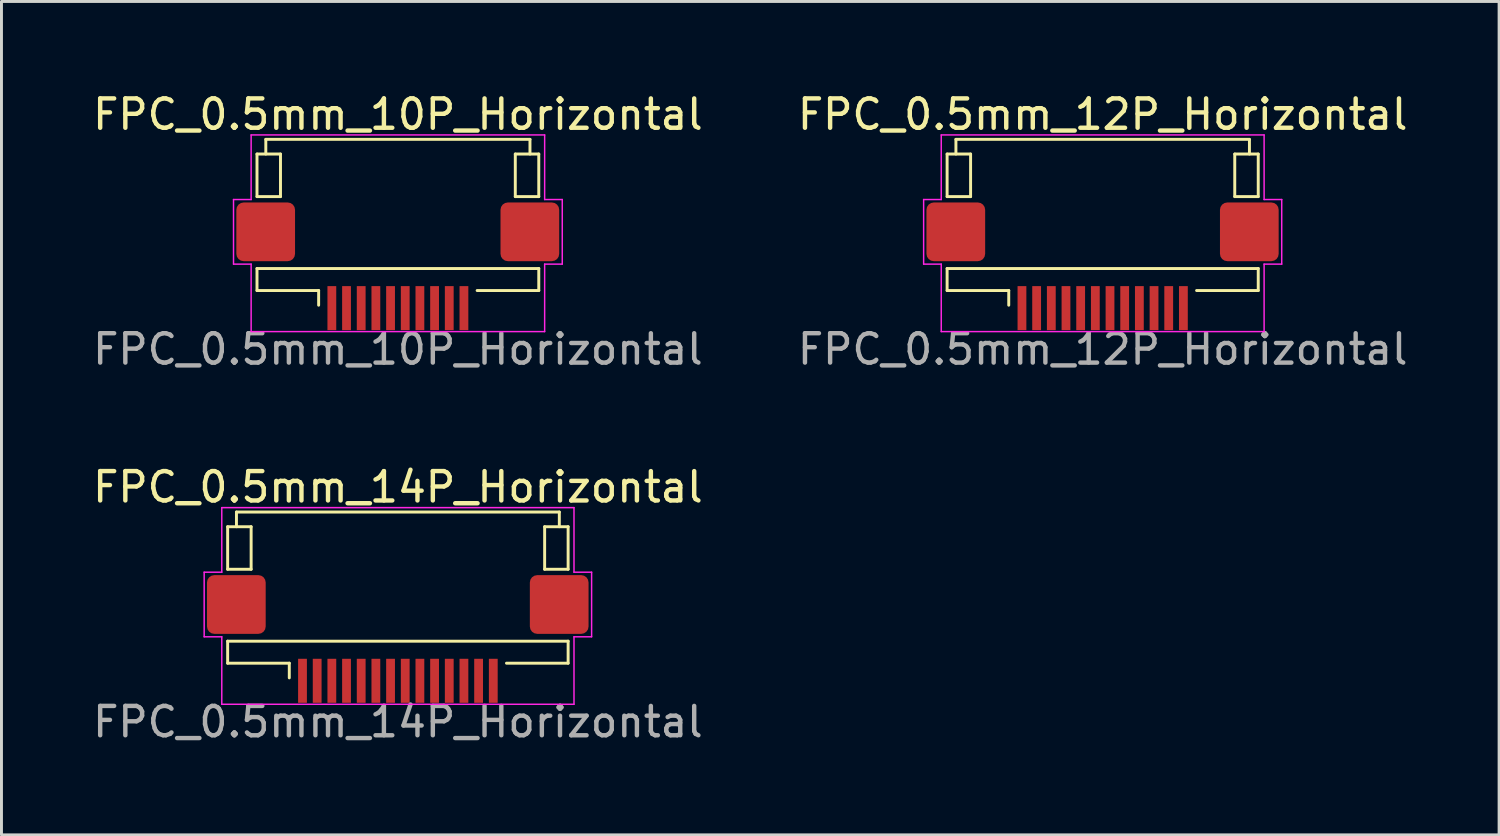
<source format=kicad_pcb>
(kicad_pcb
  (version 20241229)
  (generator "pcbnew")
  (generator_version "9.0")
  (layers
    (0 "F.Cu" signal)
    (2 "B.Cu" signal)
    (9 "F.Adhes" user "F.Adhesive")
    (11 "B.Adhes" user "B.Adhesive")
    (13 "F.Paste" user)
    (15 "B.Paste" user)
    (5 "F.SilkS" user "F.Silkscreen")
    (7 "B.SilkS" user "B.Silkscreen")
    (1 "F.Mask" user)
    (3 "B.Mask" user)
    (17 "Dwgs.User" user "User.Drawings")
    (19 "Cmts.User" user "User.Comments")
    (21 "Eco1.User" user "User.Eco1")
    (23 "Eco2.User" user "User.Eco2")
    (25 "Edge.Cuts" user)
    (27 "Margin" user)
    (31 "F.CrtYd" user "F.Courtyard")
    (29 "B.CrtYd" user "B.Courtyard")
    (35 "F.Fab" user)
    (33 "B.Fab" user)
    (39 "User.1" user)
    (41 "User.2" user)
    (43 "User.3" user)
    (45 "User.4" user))
  (footprint "FPC_0.5mm_10P_Horizontal"
    (layer "F.Cu")
    (at 10.506 6.848)
    (property "Reference" "FPC_0.5mm_10P_Horizontal" (at 0 -6 0) (layer "F.SilkS") (effects (font (size 1 1) (thickness 0.15))))
    (attr smd)
    (fp_line (start -4.8 -4.65) (end -4 -4.65) (stroke (width 0.1) (type default)) (layer "F.SilkS"))
    (fp_line (start -4.8 -3.2) (end -4.8 -4.65) (stroke (width 0.1) (type solid)) (layer "F.SilkS"))
    (fp_line (start -4.8 -3.2) (end -4 -3.2) (stroke (width 0.1) (type default)) (layer "F.SilkS"))
    (fp_line (start -4.8 -0.75) (end 4.8 -0.75) (stroke (width 0.1) (type default)) (layer "F.SilkS"))
    (fp_line (start -4.8 0) (end -4.8 -0.75) (stroke (width 0.1) (type solid)) (layer "F.SilkS"))
    (fp_line (start -4.5 -5.15) (end -4.5 -4.65) (stroke (width 0.1) (type default)) (layer "F.SilkS"))
    (fp_line (start -4 -4.65) (end -4 -3.2) (stroke (width 0.1) (type default)) (layer "F.SilkS"))
    (fp_line (start -2.7 0) (end -4.8 0) (stroke (width 0.1) (type solid)) (layer "F.SilkS"))
    (fp_line (start -2.7 0) (end -2.7 0.5) (stroke (width 0.1) (type solid)) (layer "F.SilkS"))
    (fp_line (start 2.7 0) (end 4.8 0.000003) (stroke (width 0.1) (type solid)) (layer "F.SilkS"))
    (fp_line (start 4 -4.65) (end 4.8 -4.65) (stroke (width 0.1) (type default)) (layer "F.SilkS"))
    (fp_line (start 4 -3.2) (end 4 -4.65) (stroke (width 0.1) (type default)) (layer "F.SilkS"))
    (fp_line (start 4 -3.2) (end 4.8 -3.2) (stroke (width 0.1) (type default)) (layer "F.SilkS"))
    (fp_line (start 4.5 -5.15) (end -4.5 -5.15) (stroke (width 0.1) (type solid)) (layer "F.SilkS"))
    (fp_line (start 4.5 -5.15) (end 4.5 -4.65) (stroke (width 0.1) (type default)) (layer "F.SilkS"))
    (fp_line (start 4.8 -3.2) (end 4.8 -4.65) (stroke (width 0.1) (type solid)) (layer "F.SilkS"))
    (fp_line (start 4.8 0.000003) (end 4.8 -0.75) (stroke (width 0.1) (type solid)) (layer "F.SilkS"))
    (fp_line (start -5.6 -3.1) (end -5.6 -0.9) (stroke (width 0.05) (type default)) (layer "F.CrtYd"))
    (fp_line (start -5.6 -0.9) (end -5 -0.9) (stroke (width 0.05) (type default)) (layer "F.CrtYd"))
    (fp_line (start -5 -5.3) (end -5 -3.1) (stroke (width 0.05) (type default)) (layer "F.CrtYd"))
    (fp_line (start -5 -3.1) (end -5.6 -3.1) (stroke (width 0.05) (type default)) (layer "F.CrtYd"))
    (fp_line (start -5 -0.9) (end -5 1.4) (stroke (width 0.05) (type default)) (layer "F.CrtYd"))
    (fp_line (start -5 1.4) (end 5 1.4) (stroke (width 0.05) (type solid)) (layer "F.CrtYd"))
    (fp_line (start 5 -5.3) (end -5 -5.3) (stroke (width 0.05) (type solid)) (layer "F.CrtYd"))
    (fp_line (start 5 -5.3) (end 5 -3.1) (stroke (width 0.05) (type default)) (layer "F.CrtYd"))
    (fp_line (start 5 -3.1) (end 5.6 -3.1) (stroke (width 0.05) (type default)) (layer "F.CrtYd"))
    (fp_line (start 5 -0.9) (end 5 1.4) (stroke (width 0.05) (type default)) (layer "F.CrtYd"))
    (fp_line (start 5.6 -3.1) (end 5.6 -0.9) (stroke (width 0.05) (type default)) (layer "F.CrtYd"))
    (fp_line (start 5.6 -0.9) (end 5 -0.9) (stroke (width 0.05) (type default)) (layer "F.CrtYd"))
    (fp_text user "${REFERENCE}" (at 0 2 180) (layer "F.Fab") (effects (font (size 1 1) (thickness 0.15))))
    (pad "1" smd rect (at -2.25 0.6 180) (size 0.3 1.5) (layers "F.Cu" "F.Mask" "F.Paste"))
    (pad "2" smd rect (at -1.75 0.6 180) (size 0.3 1.5) (layers "F.Cu" "F.Mask" "F.Paste"))
    (pad "3" smd rect (at -1.25 0.6 180) (size 0.3 1.5) (layers "F.Cu" "F.Mask" "F.Paste"))
    (pad "4" smd rect (at -0.75 0.6 180) (size 0.3 1.5) (layers "F.Cu" "F.Mask" "F.Paste"))
    (pad "5" smd rect (at -0.25 0.6 180) (size 0.3 1.5) (layers "F.Cu" "F.Mask" "F.Paste"))
    (pad "6" smd rect (at 0.25 0.6 180) (size 0.3 1.5) (layers "F.Cu" "F.Mask" "F.Paste"))
    (pad "7" smd rect (at 0.75 0.6 180) (size 0.3 1.5) (layers "F.Cu" "F.Mask" "F.Paste"))
    (pad "8" smd rect (at 1.25 0.6 180) (size 0.3 1.5) (layers "F.Cu" "F.Mask" "F.Paste"))
    (pad "9" smd rect (at 1.75 0.6 180) (size 0.3 1.5) (layers "F.Cu" "F.Mask" "F.Paste"))
    (pad "10" smd rect (at 2.25 0.6 180) (size 0.3 1.5) (layers "F.Cu" "F.Mask" "F.Paste"))
    (pad "MP" smd roundrect (at -4.504 -2 270) (size 2 2) (layers "F.Cu" "F.Mask" "F.Paste") (roundrect_rratio 0.125))
    (pad "MP" smd roundrect (at 4.496 -2 180) (size 2 2) (layers "F.Cu" "F.Mask" "F.Paste") (roundrect_rratio 0.125)))
  (footprint "FPC_0.5mm_12P_Horizontal"
    (layer "F.Cu")
    (at 34.518 6.848)
    (property "Reference" "FPC_0.5mm_12P_Horizontal" (at 0 -6 0) (layer "F.SilkS") (effects (font (size 1 1) (thickness 0.15))))
    (attr smd)
    (fp_line (start -5.3 -4.65) (end -4.5 -4.65) (stroke (width 0.1) (type default)) (layer "F.SilkS"))
    (fp_line (start -5.3 -3.2) (end -5.3 -4.65) (stroke (width 0.1) (type solid)) (layer "F.SilkS"))
    (fp_line (start -5.3 -3.2) (end -4.5 -3.2) (stroke (width 0.1) (type default)) (layer "F.SilkS"))
    (fp_line (start -5.3 -0.75) (end 5.3 -0.75) (stroke (width 0.1) (type default)) (layer "F.SilkS"))
    (fp_line (start -5.3 0) (end -5.3 -0.75) (stroke (width 0.1) (type solid)) (layer "F.SilkS"))
    (fp_line (start -5 -5.15) (end -5 -4.65) (stroke (width 0.1) (type default)) (layer "F.SilkS"))
    (fp_line (start -4.5 -4.65) (end -4.5 -3.2) (stroke (width 0.1) (type default)) (layer "F.SilkS"))
    (fp_line (start -3.2 0) (end -5.3 0) (stroke (width 0.1) (type solid)) (layer "F.SilkS"))
    (fp_line (start -3.2 0) (end -3.2 0.5) (stroke (width 0.1) (type solid)) (layer "F.SilkS"))
    (fp_line (start 3.2 0) (end 5.3 0.000003) (stroke (width 0.1) (type solid)) (layer "F.SilkS"))
    (fp_line (start 4.5 -4.65) (end 5.3 -4.65) (stroke (width 0.1) (type default)) (layer "F.SilkS"))
    (fp_line (start 4.5 -3.2) (end 4.5 -4.65) (stroke (width 0.1) (type default)) (layer "F.SilkS"))
    (fp_line (start 4.5 -3.2) (end 5.3 -3.2) (stroke (width 0.1) (type default)) (layer "F.SilkS"))
    (fp_line (start 5 -5.15) (end -5 -5.15) (stroke (width 0.1) (type solid)) (layer "F.SilkS"))
    (fp_line (start 5 -5.15) (end 5 -4.65) (stroke (width 0.1) (type default)) (layer "F.SilkS"))
    (fp_line (start 5.3 -3.2) (end 5.3 -4.65) (stroke (width 0.1) (type solid)) (layer "F.SilkS"))
    (fp_line (start 5.3 0.000003) (end 5.3 -0.75) (stroke (width 0.1) (type solid)) (layer "F.SilkS"))
    (fp_line (start -6.1 -3.1) (end -6.1 -0.9) (stroke (width 0.05) (type default)) (layer "F.CrtYd"))
    (fp_line (start -6.1 -0.9) (end -5.5 -0.9) (stroke (width 0.05) (type default)) (layer "F.CrtYd"))
    (fp_line (start -5.5 -5.3) (end -5.5 -3.1) (stroke (width 0.05) (type default)) (layer "F.CrtYd"))
    (fp_line (start -5.5 -3.1) (end -6.1 -3.1) (stroke (width 0.05) (type default)) (layer "F.CrtYd"))
    (fp_line (start -5.5 -0.9) (end -5.5 1.4) (stroke (width 0.05) (type default)) (layer "F.CrtYd"))
    (fp_line (start -5.5 1.4) (end 5.5 1.4) (stroke (width 0.05) (type solid)) (layer "F.CrtYd"))
    (fp_line (start 5.5 -5.3) (end -5.5 -5.3) (stroke (width 0.05) (type solid)) (layer "F.CrtYd"))
    (fp_line (start 5.5 -5.3) (end 5.5 -3.1) (stroke (width 0.05) (type default)) (layer "F.CrtYd"))
    (fp_line (start 5.5 -3.1) (end 6.1 -3.1) (stroke (width 0.05) (type default)) (layer "F.CrtYd"))
    (fp_line (start 5.5 -0.9) (end 5.5 1.4) (stroke (width 0.05) (type default)) (layer "F.CrtYd"))
    (fp_line (start 6.1 -3.1) (end 6.1 -0.9) (stroke (width 0.05) (type default)) (layer "F.CrtYd"))
    (fp_line (start 6.1 -0.9) (end 5.5 -0.9) (stroke (width 0.05) (type default)) (layer "F.CrtYd"))
    (fp_text user "${REFERENCE}" (at 0 2 180) (layer "F.Fab") (effects (font (size 1 1) (thickness 0.15))))
    (pad "1" smd rect (at -2.75 0.6 180) (size 0.3 1.5) (layers "F.Cu" "F.Mask" "F.Paste"))
    (pad "2" smd rect (at -2.25 0.6 180) (size 0.3 1.5) (layers "F.Cu" "F.Mask" "F.Paste"))
    (pad "3" smd rect (at -1.75 0.6 180) (size 0.3 1.5) (layers "F.Cu" "F.Mask" "F.Paste"))
    (pad "4" smd rect (at -1.25 0.6 180) (size 0.3 1.5) (layers "F.Cu" "F.Mask" "F.Paste"))
    (pad "5" smd rect (at -0.75 0.6 180) (size 0.3 1.5) (layers "F.Cu" "F.Mask" "F.Paste"))
    (pad "6" smd rect (at -0.25 0.6 180) (size 0.3 1.5) (layers "F.Cu" "F.Mask" "F.Paste"))
    (pad "7" smd rect (at 0.25 0.6 180) (size 0.3 1.5) (layers "F.Cu" "F.Mask" "F.Paste"))
    (pad "8" smd rect (at 0.75 0.6 180) (size 0.3 1.5) (layers "F.Cu" "F.Mask" "F.Paste"))
    (pad "9" smd rect (at 1.25 0.6 180) (size 0.3 1.5) (layers "F.Cu" "F.Mask" "F.Paste"))
    (pad "10" smd rect (at 1.75 0.6 180) (size 0.3 1.5) (layers "F.Cu" "F.Mask" "F.Paste"))
    (pad "11" smd rect (at 2.25 0.6 180) (size 0.3 1.5) (layers "F.Cu" "F.Mask" "F.Paste"))
    (pad "12" smd rect (at 2.75 0.6 180) (size 0.3 1.5) (layers "F.Cu" "F.Mask" "F.Paste"))
    (pad "MP" smd roundrect (at -5.004 -2 270) (size 2 2) (layers "F.Cu" "F.Mask" "F.Paste") (roundrect_rratio 0.125))
    (pad "MP" smd roundrect (at 4.996 -2 180) (size 2 2) (layers "F.Cu" "F.Mask" "F.Paste") (roundrect_rratio 0.125)))
  (footprint "FPC_0.5mm_14P_Horizontal"
    (layer "F.Cu")
    (at 10.506 19.545)
    (property "Reference" "FPC_0.5mm_14P_Horizontal" (at 0 -6 0) (layer "F.SilkS") (effects (font (size 1 1) (thickness 0.15))))
    (attr smd)
    (fp_line (start -5.8 -4.65) (end -5 -4.65) (stroke (width 0.1) (type default)) (layer "F.SilkS"))
    (fp_line (start -5.8 -3.2) (end -5.8 -4.65) (stroke (width 0.1) (type solid)) (layer "F.SilkS"))
    (fp_line (start -5.8 -3.2) (end -5 -3.2) (stroke (width 0.1) (type default)) (layer "F.SilkS"))
    (fp_line (start -5.8 -0.75) (end 5.8 -0.75) (stroke (width 0.1) (type default)) (layer "F.SilkS"))
    (fp_line (start -5.8 0) (end -5.8 -0.75) (stroke (width 0.1) (type solid)) (layer "F.SilkS"))
    (fp_line (start -5.5 -5.15) (end -5.5 -4.65) (stroke (width 0.1) (type default)) (layer "F.SilkS"))
    (fp_line (start -5 -4.65) (end -5 -3.2) (stroke (width 0.1) (type default)) (layer "F.SilkS"))
    (fp_line (start -3.7 0) (end -5.8 0) (stroke (width 0.1) (type solid)) (layer "F.SilkS"))
    (fp_line (start -3.7 0) (end -3.7 0.5) (stroke (width 0.1) (type solid)) (layer "F.SilkS"))
    (fp_line (start 3.7 0) (end 5.8 0.000003) (stroke (width 0.1) (type solid)) (layer "F.SilkS"))
    (fp_line (start 5 -4.65) (end 5.8 -4.65) (stroke (width 0.1) (type default)) (layer "F.SilkS"))
    (fp_line (start 5 -3.2) (end 5 -4.65) (stroke (width 0.1) (type default)) (layer "F.SilkS"))
    (fp_line (start 5 -3.2) (end 5.8 -3.2) (stroke (width 0.1) (type default)) (layer "F.SilkS"))
    (fp_line (start 5.5 -5.15) (end -5.5 -5.15) (stroke (width 0.1) (type solid)) (layer "F.SilkS"))
    (fp_line (start 5.5 -5.15) (end 5.5 -4.65) (stroke (width 0.1) (type default)) (layer "F.SilkS"))
    (fp_line (start 5.8 -3.2) (end 5.8 -4.65) (stroke (width 0.1) (type solid)) (layer "F.SilkS"))
    (fp_line (start 5.8 0.000003) (end 5.8 -0.75) (stroke (width 0.1) (type solid)) (layer "F.SilkS"))
    (fp_line (start -6.6 -3.1) (end -6.6 -0.9) (stroke (width 0.05) (type default)) (layer "F.CrtYd"))
    (fp_line (start -6.6 -0.9) (end -6 -0.9) (stroke (width 0.05) (type default)) (layer "F.CrtYd"))
    (fp_line (start -6 -5.3) (end -6 -3.1) (stroke (width 0.05) (type default)) (layer "F.CrtYd"))
    (fp_line (start -6 -3.1) (end -6.6 -3.1) (stroke (width 0.05) (type default)) (layer "F.CrtYd"))
    (fp_line (start -6 -0.9) (end -6 1.4) (stroke (width 0.05) (type default)) (layer "F.CrtYd"))
    (fp_line (start -6 1.4) (end 6 1.4) (stroke (width 0.05) (type solid)) (layer "F.CrtYd"))
    (fp_line (start 6 -5.3) (end -6 -5.3) (stroke (width 0.05) (type solid)) (layer "F.CrtYd"))
    (fp_line (start 6 -5.3) (end 6 -3.1) (stroke (width 0.05) (type default)) (layer "F.CrtYd"))
    (fp_line (start 6 -3.1) (end 6.6 -3.1) (stroke (width 0.05) (type default)) (layer "F.CrtYd"))
    (fp_line (start 6 -0.9) (end 6 1.4) (stroke (width 0.05) (type default)) (layer "F.CrtYd"))
    (fp_line (start 6.6 -3.1) (end 6.6 -0.9) (stroke (width 0.05) (type default)) (layer "F.CrtYd"))
    (fp_line (start 6.6 -0.9) (end 6 -0.9) (stroke (width 0.05) (type default)) (layer "F.CrtYd"))
    (fp_text user "${REFERENCE}" (at 0 2 180) (layer "F.Fab") (effects (font (size 1 1) (thickness 0.15))))
    (pad "1" smd rect (at -3.25 0.6 180) (size 0.3 1.5) (layers "F.Cu" "F.Mask" "F.Paste"))
    (pad "2" smd rect (at -2.75 0.6 180) (size 0.3 1.5) (layers "F.Cu" "F.Mask" "F.Paste"))
    (pad "3" smd rect (at -2.25 0.6 180) (size 0.3 1.5) (layers "F.Cu" "F.Mask" "F.Paste"))
    (pad "4" smd rect (at -1.75 0.6 180) (size 0.3 1.5) (layers "F.Cu" "F.Mask" "F.Paste"))
    (pad "5" smd rect (at -1.25 0.6 180) (size 0.3 1.5) (layers "F.Cu" "F.Mask" "F.Paste"))
    (pad "6" smd rect (at -0.75 0.6 180) (size 0.3 1.5) (layers "F.Cu" "F.Mask" "F.Paste"))
    (pad "7" smd rect (at -0.25 0.6 180) (size 0.3 1.5) (layers "F.Cu" "F.Mask" "F.Paste"))
    (pad "8" smd rect (at 0.25 0.6 180) (size 0.3 1.5) (layers "F.Cu" "F.Mask" "F.Paste"))
    (pad "9" smd rect (at 0.75 0.6 180) (size 0.3 1.5) (layers "F.Cu" "F.Mask" "F.Paste"))
    (pad "10" smd rect (at 1.25 0.6 180) (size 0.3 1.5) (layers "F.Cu" "F.Mask" "F.Paste"))
    (pad "11" smd rect (at 1.75 0.6 180) (size 0.3 1.5) (layers "F.Cu" "F.Mask" "F.Paste"))
    (pad "12" smd rect (at 2.25 0.6 180) (size 0.3 1.5) (layers "F.Cu" "F.Mask" "F.Paste"))
    (pad "13" smd rect (at 2.75 0.6 180) (size 0.3 1.5) (layers "F.Cu" "F.Mask" "F.Paste"))
    (pad "14" smd rect (at 3.25 0.6 180) (size 0.3 1.5) (layers "F.Cu" "F.Mask" "F.Paste"))
    (pad "MP" smd roundrect (at -5.504 -2 270) (size 2 2) (layers "F.Cu" "F.Mask" "F.Paste") (roundrect_rratio 0.125))
    (pad "MP" smd roundrect (at 5.496 -2 180) (size 2 2) (layers "F.Cu" "F.Mask" "F.Paste") (roundrect_rratio 0.125)))
  (gr_rect
    (start -3 -3)
    (end 48.024 25.393)
    (stroke (width 0.1) (type default))
    (fill no)
    (layer "Edge.Cuts")))
</source>
